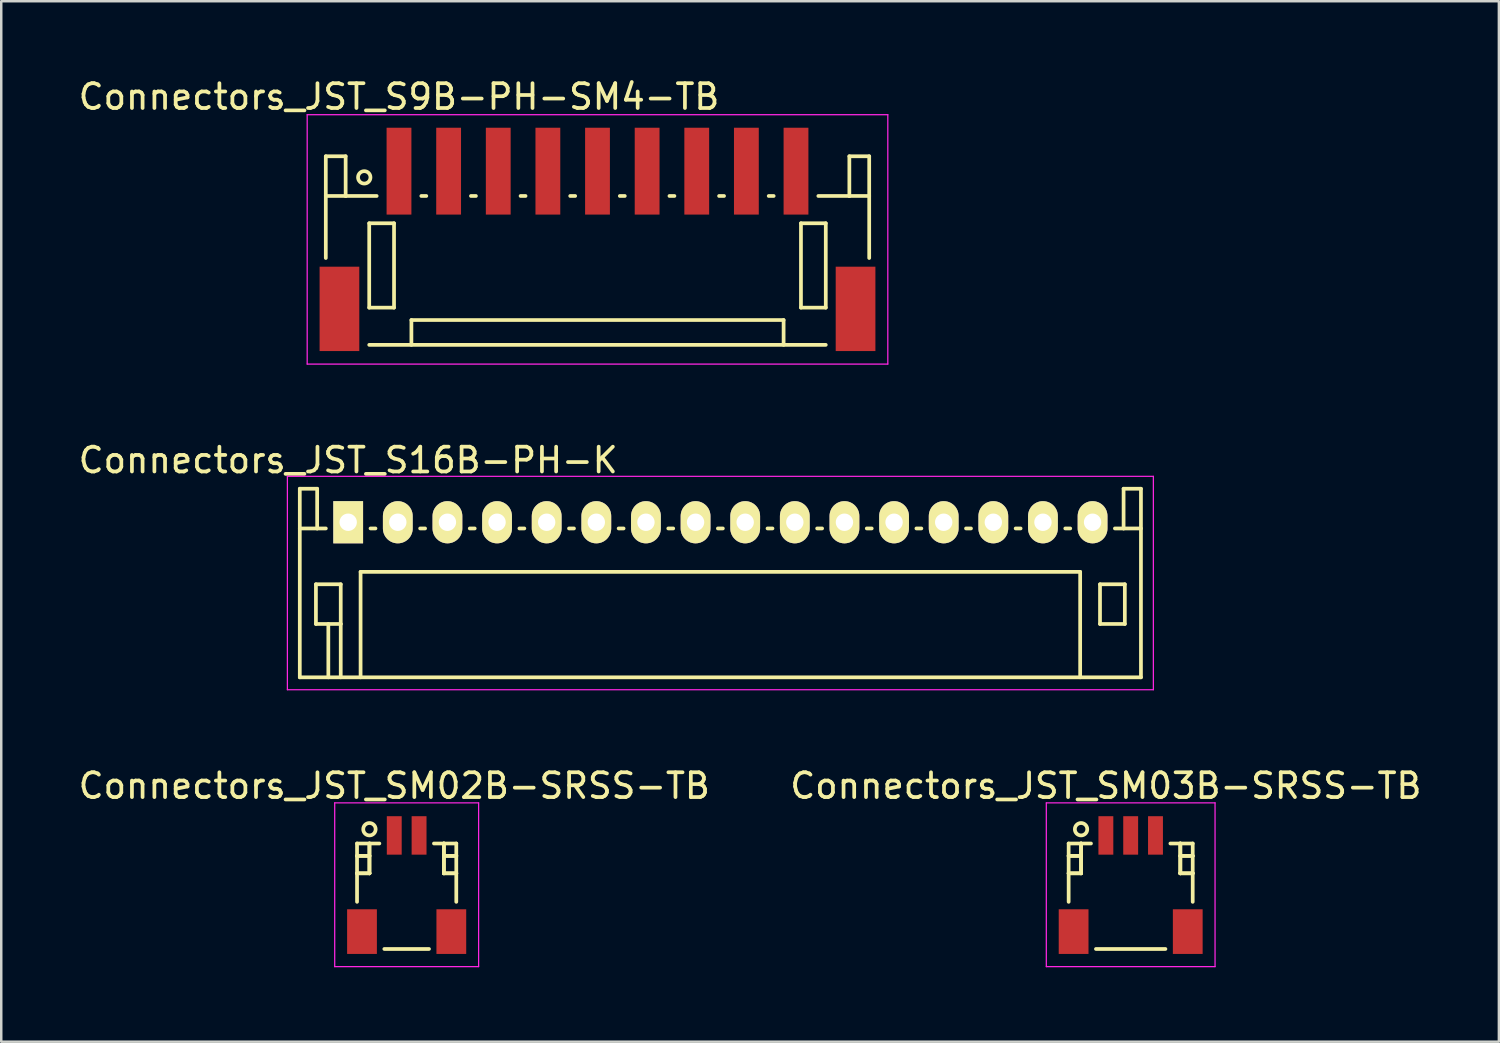
<source format=kicad_pcb>
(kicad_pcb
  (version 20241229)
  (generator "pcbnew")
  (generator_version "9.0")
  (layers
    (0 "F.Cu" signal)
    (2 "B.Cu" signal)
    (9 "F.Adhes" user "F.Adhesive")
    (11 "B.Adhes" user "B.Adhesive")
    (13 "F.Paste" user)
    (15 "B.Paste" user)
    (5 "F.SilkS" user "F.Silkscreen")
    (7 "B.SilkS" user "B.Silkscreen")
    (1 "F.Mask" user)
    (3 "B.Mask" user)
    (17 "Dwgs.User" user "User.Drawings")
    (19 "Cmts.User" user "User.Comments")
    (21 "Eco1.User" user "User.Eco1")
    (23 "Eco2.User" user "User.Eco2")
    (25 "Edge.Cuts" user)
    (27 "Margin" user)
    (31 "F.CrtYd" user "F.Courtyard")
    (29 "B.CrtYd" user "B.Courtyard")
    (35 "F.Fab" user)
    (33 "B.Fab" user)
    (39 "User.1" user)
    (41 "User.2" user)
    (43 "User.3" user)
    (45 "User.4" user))
  (footprint "Connectors_JST_SM02B-SRSS-TB"
    (layer "F.Cu")
    (at 13.339 32.557)
    (property "Reference" "Connectors_JST_SM02B-SRSS-TB" (at -0.5 -3.938 0) (layer "F.SilkS") (effects (font (size 1 1) (thickness 0.15))))
    (attr smd)
    (fp_line (start -2 -1.613) (end -1.1 -1.613) (stroke (width 0.15) (type solid)) (layer "F.SilkS"))
    (fp_line (start -2 -1.113) (end -2 -1.113) (stroke (width 0.15) (type solid)) (layer "F.SilkS"))
    (fp_line (start -2 -1.113) (end -1.5 -1.113) (stroke (width 0.15) (type solid)) (layer "F.SilkS"))
    (fp_line (start -2 -0.412) (end -2 -0.412) (stroke (width 0.15) (type solid)) (layer "F.SilkS"))
    (fp_line (start -2 -0.412) (end -1.5 -0.412) (stroke (width 0.15) (type solid)) (layer "F.SilkS"))
    (fp_line (start -2 0.738) (end -2 -1.613) (stroke (width 0.15) (type solid)) (layer "F.SilkS"))
    (fp_line (start -1.5 -1.613) (end -1.5 -1.613) (stroke (width 0.15) (type solid)) (layer "F.SilkS"))
    (fp_line (start -1.5 -1.613) (end -1.5 -0.412) (stroke (width 0.15) (type solid)) (layer "F.SilkS"))
    (fp_line (start -1.5 -1.113) (end -2 -1.113) (stroke (width 0.15) (type solid)) (layer "F.SilkS"))
    (fp_line (start -1.5 -1.113) (end -1.5 -1.113) (stroke (width 0.15) (type solid)) (layer "F.SilkS"))
    (fp_line (start -1.5 -0.412) (end -2 -0.412) (stroke (width 0.15) (type solid)) (layer "F.SilkS"))
    (fp_line (start -1.5 -0.412) (end -1.5 -1.613) (stroke (width 0.15) (type solid)) (layer "F.SilkS"))
    (fp_line (start -1.5 -0.412) (end -1.5 -0.412) (stroke (width 0.15) (type solid)) (layer "F.SilkS"))
    (fp_line (start -1.5 -0.412) (end -1.5 -0.412) (stroke (width 0.15) (type solid)) (layer "F.SilkS"))
    (fp_line (start -0.9 2.638) (end 0.9 2.638) (stroke (width 0.15) (type solid)) (layer "F.SilkS"))
    (fp_line (start 1.5 -1.613) (end 1.5 -1.613) (stroke (width 0.15) (type solid)) (layer "F.SilkS"))
    (fp_line (start 1.5 -1.613) (end 1.5 -0.412) (stroke (width 0.15) (type solid)) (layer "F.SilkS"))
    (fp_line (start 1.5 -1.113) (end 1.5 -1.113) (stroke (width 0.15) (type solid)) (layer "F.SilkS"))
    (fp_line (start 1.5 -1.113) (end 2 -1.113) (stroke (width 0.15) (type solid)) (layer "F.SilkS"))
    (fp_line (start 1.5 -0.412) (end 1.5 -1.613) (stroke (width 0.15) (type solid)) (layer "F.SilkS"))
    (fp_line (start 1.5 -0.412) (end 1.5 -0.412) (stroke (width 0.15) (type solid)) (layer "F.SilkS"))
    (fp_line (start 1.5 -0.412) (end 1.5 -0.412) (stroke (width 0.15) (type solid)) (layer "F.SilkS"))
    (fp_line (start 1.5 -0.412) (end 2 -0.412) (stroke (width 0.15) (type solid)) (layer "F.SilkS"))
    (fp_line (start 2 -1.613) (end 1.1 -1.613) (stroke (width 0.15) (type solid)) (layer "F.SilkS"))
    (fp_line (start 2 -1.113) (end 1.5 -1.113) (stroke (width 0.15) (type solid)) (layer "F.SilkS"))
    (fp_line (start 2 -1.113) (end 2 -1.113) (stroke (width 0.15) (type solid)) (layer "F.SilkS"))
    (fp_line (start 2 -0.412) (end 1.5 -0.412) (stroke (width 0.15) (type solid)) (layer "F.SilkS"))
    (fp_line (start 2 -0.412) (end 2 -0.412) (stroke (width 0.15) (type solid)) (layer "F.SilkS"))
    (fp_line (start 2 0.738) (end 2 -1.613) (stroke (width 0.15) (type solid)) (layer "F.SilkS"))
    (fp_circle (center -1.5 -2.188) (end -1.25 -2.188) (stroke (width 0.15) (type solid)) (fill no) (layer "F.SilkS"))
    (fp_line (start -2.9 -3.25) (end 2.9 -3.25) (stroke (width 0.05) (type solid)) (layer "F.CrtYd"))
    (fp_line (start -2.9 3.35) (end -2.9 -3.25) (stroke (width 0.05) (type solid)) (layer "F.CrtYd"))
    (fp_line (start 2.9 -3.25) (end 2.9 3.35) (stroke (width 0.05) (type solid)) (layer "F.CrtYd"))
    (fp_line (start 2.9 3.35) (end -2.9 3.35) (stroke (width 0.05) (type solid)) (layer "F.CrtYd"))
    (pad "" smd rect (at -1.8 1.938) (size 1.2 1.8) (layers "F.Cu" "F.Mask" "F.Paste"))
    (pad "" smd rect (at 1.8 1.938) (size 1.2 1.8) (layers "F.Cu" "F.Mask" "F.Paste"))
    (pad "1" smd rect (at -0.5 -1.938) (size 0.6 1.55) (layers "F.Cu" "F.Mask" "F.Paste"))
    (pad "2" smd rect (at 0.5 -1.938) (size 0.6 1.55) (layers "F.Cu" "F.Mask" "F.Paste")))
  (footprint "Connectors_JST_S16B-PH-K"
    (layer "F.Cu")
    (at 10.982 17.997)
    (property "Reference" "Connectors_JST_S16B-PH-K" (at 0 -2.5 0) (layer "F.SilkS") (effects (font (size 1 1) (thickness 0.15))))
    (attr through_hole)
    (fp_line (start -1.95 -1.35) (end -1.95 6.25) (stroke (width 0.15) (type solid)) (layer "F.SilkS"))
    (fp_line (start -1.95 0.25) (end -1.25 0.25) (stroke (width 0.15) (type solid)) (layer "F.SilkS"))
    (fp_line (start -1.95 6.25) (end 31.95 6.25) (stroke (width 0.15) (type solid)) (layer "F.SilkS"))
    (fp_line (start -1.3 2.5) (end -1.3 4.1) (stroke (width 0.15) (type solid)) (layer "F.SilkS"))
    (fp_line (start -1.3 4.1) (end -0.3 4.1) (stroke (width 0.15) (type solid)) (layer "F.SilkS"))
    (fp_line (start -1.25 -1.35) (end -1.95 -1.35) (stroke (width 0.15) (type solid)) (layer "F.SilkS"))
    (fp_line (start -1.25 0.25) (end -1.25 -1.35) (stroke (width 0.15) (type solid)) (layer "F.SilkS"))
    (fp_line (start -0.9 0.25) (end -1.25 0.25) (stroke (width 0.15) (type solid)) (layer "F.SilkS"))
    (fp_line (start -0.8 4.1) (end -0.8 6.25) (stroke (width 0.15) (type solid)) (layer "F.SilkS"))
    (fp_line (start -0.3 2.5) (end -1.3 2.5) (stroke (width 0.15) (type solid)) (layer "F.SilkS"))
    (fp_line (start -0.3 4.1) (end -0.3 2.5) (stroke (width 0.15) (type solid)) (layer "F.SilkS"))
    (fp_line (start -0.3 4.1) (end -0.3 6.25) (stroke (width 0.15) (type solid)) (layer "F.SilkS"))
    (fp_line (start 0.5 2) (end 29.5 2) (stroke (width 0.15) (type solid)) (layer "F.SilkS"))
    (fp_line (start 0.5 6.25) (end 0.5 2) (stroke (width 0.15) (type solid)) (layer "F.SilkS"))
    (fp_line (start 0.9 0.25) (end 1.1 0.25) (stroke (width 0.15) (type solid)) (layer "F.SilkS"))
    (fp_line (start 2.9 0.25) (end 3.1 0.25) (stroke (width 0.15) (type solid)) (layer "F.SilkS"))
    (fp_line (start 4.9 0.25) (end 5.1 0.25) (stroke (width 0.15) (type solid)) (layer "F.SilkS"))
    (fp_line (start 6.9 0.25) (end 7.1 0.25) (stroke (width 0.15) (type solid)) (layer "F.SilkS"))
    (fp_line (start 8.9 0.25) (end 9.1 0.25) (stroke (width 0.15) (type solid)) (layer "F.SilkS"))
    (fp_line (start 10.9 0.25) (end 11.1 0.25) (stroke (width 0.15) (type solid)) (layer "F.SilkS"))
    (fp_line (start 12.9 0.25) (end 13.1 0.25) (stroke (width 0.15) (type solid)) (layer "F.SilkS"))
    (fp_line (start 14.9 0.25) (end 15.1 0.25) (stroke (width 0.15) (type solid)) (layer "F.SilkS"))
    (fp_line (start 16.9 0.25) (end 17.1 0.25) (stroke (width 0.15) (type solid)) (layer "F.SilkS"))
    (fp_line (start 18.9 0.25) (end 19.1 0.25) (stroke (width 0.15) (type solid)) (layer "F.SilkS"))
    (fp_line (start 20.9 0.25) (end 21.1 0.25) (stroke (width 0.15) (type solid)) (layer "F.SilkS"))
    (fp_line (start 22.9 0.25) (end 23.1 0.25) (stroke (width 0.15) (type solid)) (layer "F.SilkS"))
    (fp_line (start 24.9 0.25) (end 25.1 0.25) (stroke (width 0.15) (type solid)) (layer "F.SilkS"))
    (fp_line (start 26.9 0.25) (end 27.1 0.25) (stroke (width 0.15) (type solid)) (layer "F.SilkS"))
    (fp_line (start 28.9 0.25) (end 29.1 0.25) (stroke (width 0.15) (type solid)) (layer "F.SilkS"))
    (fp_line (start 29.5 2) (end 29.5 6.25) (stroke (width 0.15) (type solid)) (layer "F.SilkS"))
    (fp_line (start 30.3 2.5) (end 31.3 2.5) (stroke (width 0.15) (type solid)) (layer "F.SilkS"))
    (fp_line (start 30.3 4.1) (end 30.3 2.5) (stroke (width 0.15) (type solid)) (layer "F.SilkS"))
    (fp_line (start 31.25 -1.35) (end 31.25 0.25) (stroke (width 0.15) (type solid)) (layer "F.SilkS"))
    (fp_line (start 31.25 0.25) (end 30.9 0.25) (stroke (width 0.15) (type solid)) (layer "F.SilkS"))
    (fp_line (start 31.3 2.5) (end 31.3 4.1) (stroke (width 0.15) (type solid)) (layer "F.SilkS"))
    (fp_line (start 31.3 4.1) (end 30.3 4.1) (stroke (width 0.15) (type solid)) (layer "F.SilkS"))
    (fp_line (start 31.95 -1.35) (end 31.25 -1.35) (stroke (width 0.15) (type solid)) (layer "F.SilkS"))
    (fp_line (start 31.95 0.25) (end 31.25 0.25) (stroke (width 0.15) (type solid)) (layer "F.SilkS"))
    (fp_line (start 31.95 6.25) (end 31.95 -1.35) (stroke (width 0.15) (type solid)) (layer "F.SilkS"))
    (fp_line (start -2.45 -1.85) (end 32.45 -1.85) (stroke (width 0.05) (type solid)) (layer "F.CrtYd"))
    (fp_line (start -2.45 6.75) (end -2.45 -1.85) (stroke (width 0.05) (type solid)) (layer "F.CrtYd"))
    (fp_line (start 32.45 -1.85) (end 32.45 6.75) (stroke (width 0.05) (type solid)) (layer "F.CrtYd"))
    (fp_line (start 32.45 6.75) (end -2.45 6.75) (stroke (width 0.05) (type solid)) (layer "F.CrtYd"))
    (pad "1" thru_hole rect (at 0 0) (size 1.2 1.7) (drill 0.7) (layers "*.Cu" "*.Mask" "F.SilkS"))
    (pad "2" thru_hole oval (at 2 0) (size 1.2 1.7) (drill 0.7) (layers "*.Cu" "*.Mask" "F.SilkS"))
    (pad "3" thru_hole oval (at 4 0) (size 1.2 1.7) (drill 0.7) (layers "*.Cu" "*.Mask" "F.SilkS"))
    (pad "4" thru_hole oval (at 6 0) (size 1.2 1.7) (drill 0.7) (layers "*.Cu" "*.Mask" "F.SilkS"))
    (pad "5" thru_hole oval (at 8 0) (size 1.2 1.7) (drill 0.7) (layers "*.Cu" "*.Mask" "F.SilkS"))
    (pad "6" thru_hole oval (at 10 0) (size 1.2 1.7) (drill 0.7) (layers "*.Cu" "*.Mask" "F.SilkS"))
    (pad "7" thru_hole oval (at 12 0) (size 1.2 1.7) (drill 0.7) (layers "*.Cu" "*.Mask" "F.SilkS"))
    (pad "8" thru_hole oval (at 14 0) (size 1.2 1.7) (drill 0.7) (layers "*.Cu" "*.Mask" "F.SilkS"))
    (pad "9" thru_hole oval (at 16 0) (size 1.2 1.7) (drill 0.7) (layers "*.Cu" "*.Mask" "F.SilkS"))
    (pad "10" thru_hole oval (at 18 0) (size 1.2 1.7) (drill 0.7) (layers "*.Cu" "*.Mask" "F.SilkS"))
    (pad "11" thru_hole oval (at 20 0) (size 1.2 1.7) (drill 0.7) (layers "*.Cu" "*.Mask" "F.SilkS"))
    (pad "12" thru_hole oval (at 22 0) (size 1.2 1.7) (drill 0.7) (layers "*.Cu" "*.Mask" "F.SilkS"))
    (pad "13" thru_hole oval (at 24 0) (size 1.2 1.7) (drill 0.7) (layers "*.Cu" "*.Mask" "F.SilkS"))
    (pad "14" thru_hole oval (at 26 0) (size 1.2 1.7) (drill 0.7) (layers "*.Cu" "*.Mask" "F.SilkS"))
    (pad "15" thru_hole oval (at 28 0) (size 1.2 1.7) (drill 0.7) (layers "*.Cu" "*.Mask" "F.SilkS"))
    (pad "16" thru_hole oval (at 30 0) (size 1.2 1.7) (drill 0.7) (layers "*.Cu" "*.Mask" "F.SilkS")))
  (footprint "Connectors_JST_S9B-PH-SM4-TB"
    (layer "F.Cu")
    (at 21.03 6.623)
    (property "Reference" "Connectors_JST_S9B-PH-SM4-TB" (at -8 -5.775 0) (layer "F.SilkS") (effects (font (size 1 1) (thickness 0.15))))
    (attr smd)
    (fp_line (start -10.95 -3.375) (end -10.95 0.725) (stroke (width 0.15) (type solid)) (layer "F.SilkS"))
    (fp_line (start -10.15 -3.375) (end -10.95 -3.375) (stroke (width 0.15) (type solid)) (layer "F.SilkS"))
    (fp_line (start -10.15 -1.775) (end -10.95 -1.775) (stroke (width 0.15) (type solid)) (layer "F.SilkS"))
    (fp_line (start -10.15 -1.775) (end -10.15 -3.375) (stroke (width 0.15) (type solid)) (layer "F.SilkS"))
    (fp_line (start -9.2 -0.675) (end -9.2 2.725) (stroke (width 0.15) (type solid)) (layer "F.SilkS"))
    (fp_line (start -9.2 2.725) (end -8.2 2.725) (stroke (width 0.15) (type solid)) (layer "F.SilkS"))
    (fp_line (start -9.2 4.225) (end 9.2 4.225) (stroke (width 0.15) (type solid)) (layer "F.SilkS"))
    (fp_line (start -8.9 -1.775) (end -10.15 -1.775) (stroke (width 0.15) (type solid)) (layer "F.SilkS"))
    (fp_line (start -8.2 -0.675) (end -9.2 -0.675) (stroke (width 0.15) (type solid)) (layer "F.SilkS"))
    (fp_line (start -8.2 2.725) (end -8.2 -0.675) (stroke (width 0.15) (type solid)) (layer "F.SilkS"))
    (fp_line (start -7.5 3.225) (end 7.5 3.225) (stroke (width 0.15) (type solid)) (layer "F.SilkS"))
    (fp_line (start -7.5 4.225) (end -7.5 3.225) (stroke (width 0.15) (type solid)) (layer "F.SilkS"))
    (fp_line (start -7.1 -1.775) (end -6.9 -1.775) (stroke (width 0.15) (type solid)) (layer "F.SilkS"))
    (fp_line (start -5.1 -1.775) (end -4.9 -1.775) (stroke (width 0.15) (type solid)) (layer "F.SilkS"))
    (fp_line (start -3.1 -1.775) (end -2.9 -1.775) (stroke (width 0.15) (type solid)) (layer "F.SilkS"))
    (fp_line (start -1.1 -1.775) (end -0.9 -1.775) (stroke (width 0.15) (type solid)) (layer "F.SilkS"))
    (fp_line (start 0.9 -1.775) (end 1.1 -1.775) (stroke (width 0.15) (type solid)) (layer "F.SilkS"))
    (fp_line (start 2.9 -1.775) (end 3.1 -1.775) (stroke (width 0.15) (type solid)) (layer "F.SilkS"))
    (fp_line (start 4.9 -1.775) (end 5.1 -1.775) (stroke (width 0.15) (type solid)) (layer "F.SilkS"))
    (fp_line (start 6.9 -1.775) (end 7.1 -1.775) (stroke (width 0.15) (type solid)) (layer "F.SilkS"))
    (fp_line (start 7.5 3.225) (end 7.5 4.225) (stroke (width 0.15) (type solid)) (layer "F.SilkS"))
    (fp_line (start 8.2 -0.675) (end 9.2 -0.675) (stroke (width 0.15) (type solid)) (layer "F.SilkS"))
    (fp_line (start 8.2 2.725) (end 8.2 -0.675) (stroke (width 0.15) (type solid)) (layer "F.SilkS"))
    (fp_line (start 8.9 -1.775) (end 10.15 -1.775) (stroke (width 0.15) (type solid)) (layer "F.SilkS"))
    (fp_line (start 9.2 -0.675) (end 9.2 2.725) (stroke (width 0.15) (type solid)) (layer "F.SilkS"))
    (fp_line (start 9.2 2.725) (end 8.2 2.725) (stroke (width 0.15) (type solid)) (layer "F.SilkS"))
    (fp_line (start 10.15 -3.375) (end 10.95 -3.375) (stroke (width 0.15) (type solid)) (layer "F.SilkS"))
    (fp_line (start 10.15 -1.775) (end 10.15 -3.375) (stroke (width 0.15) (type solid)) (layer "F.SilkS"))
    (fp_line (start 10.15 -1.775) (end 10.95 -1.775) (stroke (width 0.15) (type solid)) (layer "F.SilkS"))
    (fp_line (start 10.95 -3.375) (end 10.95 0.725) (stroke (width 0.15) (type solid)) (layer "F.SilkS"))
    (fp_circle (center -9.4 -2.525) (end -9.15 -2.525) (stroke (width 0.15) (type solid)) (fill no) (layer "F.SilkS"))
    (fp_line (start -11.7 -5.05) (end 11.7 -5.05) (stroke (width 0.05) (type solid)) (layer "F.CrtYd"))
    (fp_line (start -11.7 5) (end -11.7 -5.05) (stroke (width 0.05) (type solid)) (layer "F.CrtYd"))
    (fp_line (start 11.7 -5.05) (end 11.7 5) (stroke (width 0.05) (type solid)) (layer "F.CrtYd"))
    (fp_line (start 11.7 5) (end -11.7 5) (stroke (width 0.05) (type solid)) (layer "F.CrtYd"))
    (pad "" smd rect (at -10.4 2.775) (size 1.6 3.4) (layers "F.Cu" "F.Mask" "F.Paste"))
    (pad "" smd rect (at 10.4 2.775) (size 1.6 3.4) (layers "F.Cu" "F.Mask" "F.Paste"))
    (pad "1" smd rect (at -8 -2.775) (size 1 3.5) (layers "F.Cu" "F.Mask" "F.Paste"))
    (pad "2" smd rect (at -6 -2.775) (size 1 3.5) (layers "F.Cu" "F.Mask" "F.Paste"))
    (pad "3" smd rect (at -4 -2.775) (size 1 3.5) (layers "F.Cu" "F.Mask" "F.Paste"))
    (pad "4" smd rect (at -2 -2.775) (size 1 3.5) (layers "F.Cu" "F.Mask" "F.Paste"))
    (pad "5" smd rect (at 0 -2.775) (size 1 3.5) (layers "F.Cu" "F.Mask" "F.Paste"))
    (pad "6" smd rect (at 2 -2.775) (size 1 3.5) (layers "F.Cu" "F.Mask" "F.Paste"))
    (pad "7" smd rect (at 4 -2.775) (size 1 3.5) (layers "F.Cu" "F.Mask" "F.Paste"))
    (pad "8" smd rect (at 6 -2.775) (size 1 3.5) (layers "F.Cu" "F.Mask" "F.Paste"))
    (pad "9" smd rect (at 8 -2.775) (size 1 3.5) (layers "F.Cu" "F.Mask" "F.Paste")))
  (footprint "Connectors_JST_SM03B-SRSS-TB"
    (layer "F.Cu")
    (at 42.518 32.557)
    (property "Reference" "Connectors_JST_SM03B-SRSS-TB" (at -1 -3.938 0) (layer "F.SilkS") (effects (font (size 1 1) (thickness 0.15))))
    (attr smd)
    (fp_line (start -2.5 -1.613) (end -1.6 -1.613) (stroke (width 0.15) (type solid)) (layer "F.SilkS"))
    (fp_line (start -2.5 -1.113) (end -2.5 -1.113) (stroke (width 0.15) (type solid)) (layer "F.SilkS"))
    (fp_line (start -2.5 -1.113) (end -2 -1.113) (stroke (width 0.15) (type solid)) (layer "F.SilkS"))
    (fp_line (start -2.5 -0.412) (end -2.5 -0.412) (stroke (width 0.15) (type solid)) (layer "F.SilkS"))
    (fp_line (start -2.5 -0.412) (end -2 -0.412) (stroke (width 0.15) (type solid)) (layer "F.SilkS"))
    (fp_line (start -2.5 0.738) (end -2.5 -1.613) (stroke (width 0.15) (type solid)) (layer "F.SilkS"))
    (fp_line (start -2 -1.613) (end -2 -1.613) (stroke (width 0.15) (type solid)) (layer "F.SilkS"))
    (fp_line (start -2 -1.613) (end -2 -0.412) (stroke (width 0.15) (type solid)) (layer "F.SilkS"))
    (fp_line (start -2 -1.113) (end -2.5 -1.113) (stroke (width 0.15) (type solid)) (layer "F.SilkS"))
    (fp_line (start -2 -1.113) (end -2 -1.113) (stroke (width 0.15) (type solid)) (layer "F.SilkS"))
    (fp_line (start -2 -0.412) (end -2.5 -0.412) (stroke (width 0.15) (type solid)) (layer "F.SilkS"))
    (fp_line (start -2 -0.412) (end -2 -1.613) (stroke (width 0.15) (type solid)) (layer "F.SilkS"))
    (fp_line (start -2 -0.412) (end -2 -0.412) (stroke (width 0.15) (type solid)) (layer "F.SilkS"))
    (fp_line (start -2 -0.412) (end -2 -0.412) (stroke (width 0.15) (type solid)) (layer "F.SilkS"))
    (fp_line (start -1.4 2.638) (end 1.4 2.638) (stroke (width 0.15) (type solid)) (layer "F.SilkS"))
    (fp_line (start 2 -1.613) (end 2 -1.613) (stroke (width 0.15) (type solid)) (layer "F.SilkS"))
    (fp_line (start 2 -1.613) (end 2 -0.412) (stroke (width 0.15) (type solid)) (layer "F.SilkS"))
    (fp_line (start 2 -1.113) (end 2 -1.113) (stroke (width 0.15) (type solid)) (layer "F.SilkS"))
    (fp_line (start 2 -1.113) (end 2.5 -1.113) (stroke (width 0.15) (type solid)) (layer "F.SilkS"))
    (fp_line (start 2 -0.412) (end 2 -1.613) (stroke (width 0.15) (type solid)) (layer "F.SilkS"))
    (fp_line (start 2 -0.412) (end 2 -0.412) (stroke (width 0.15) (type solid)) (layer "F.SilkS"))
    (fp_line (start 2 -0.412) (end 2 -0.412) (stroke (width 0.15) (type solid)) (layer "F.SilkS"))
    (fp_line (start 2 -0.412) (end 2.5 -0.412) (stroke (width 0.15) (type solid)) (layer "F.SilkS"))
    (fp_line (start 2.5 -1.613) (end 1.6 -1.613) (stroke (width 0.15) (type solid)) (layer "F.SilkS"))
    (fp_line (start 2.5 -1.113) (end 2 -1.113) (stroke (width 0.15) (type solid)) (layer "F.SilkS"))
    (fp_line (start 2.5 -1.113) (end 2.5 -1.113) (stroke (width 0.15) (type solid)) (layer "F.SilkS"))
    (fp_line (start 2.5 -0.412) (end 2 -0.412) (stroke (width 0.15) (type solid)) (layer "F.SilkS"))
    (fp_line (start 2.5 -0.412) (end 2.5 -0.412) (stroke (width 0.15) (type solid)) (layer "F.SilkS"))
    (fp_line (start 2.5 0.738) (end 2.5 -1.613) (stroke (width 0.15) (type solid)) (layer "F.SilkS"))
    (fp_circle (center -2 -2.188) (end -1.75 -2.188) (stroke (width 0.15) (type solid)) (fill no) (layer "F.SilkS"))
    (fp_line (start -3.4 -3.25) (end 3.4 -3.25) (stroke (width 0.05) (type solid)) (layer "F.CrtYd"))
    (fp_line (start -3.4 3.35) (end -3.4 -3.25) (stroke (width 0.05) (type solid)) (layer "F.CrtYd"))
    (fp_line (start 3.4 -3.25) (end 3.4 3.35) (stroke (width 0.05) (type solid)) (layer "F.CrtYd"))
    (fp_line (start 3.4 3.35) (end -3.4 3.35) (stroke (width 0.05) (type solid)) (layer "F.CrtYd"))
    (pad "" smd rect (at -2.3 1.938) (size 1.2 1.8) (layers "F.Cu" "F.Mask" "F.Paste"))
    (pad "" smd rect (at 2.3 1.938) (size 1.2 1.8) (layers "F.Cu" "F.Mask" "F.Paste"))
    (pad "1" smd rect (at -1 -1.938) (size 0.6 1.55) (layers "F.Cu" "F.Mask" "F.Paste"))
    (pad "2" smd rect (at 0 -1.938) (size 0.6 1.55) (layers "F.Cu" "F.Mask" "F.Paste"))
    (pad "3" smd rect (at 1 -1.938) (size 0.6 1.55) (layers "F.Cu" "F.Mask" "F.Paste")))
  (gr_rect
    (start -3 -3)
    (end 57.357 38.932)
    (stroke (width 0.1) (type default))
    (fill no)
    (layer "Edge.Cuts")))
</source>
